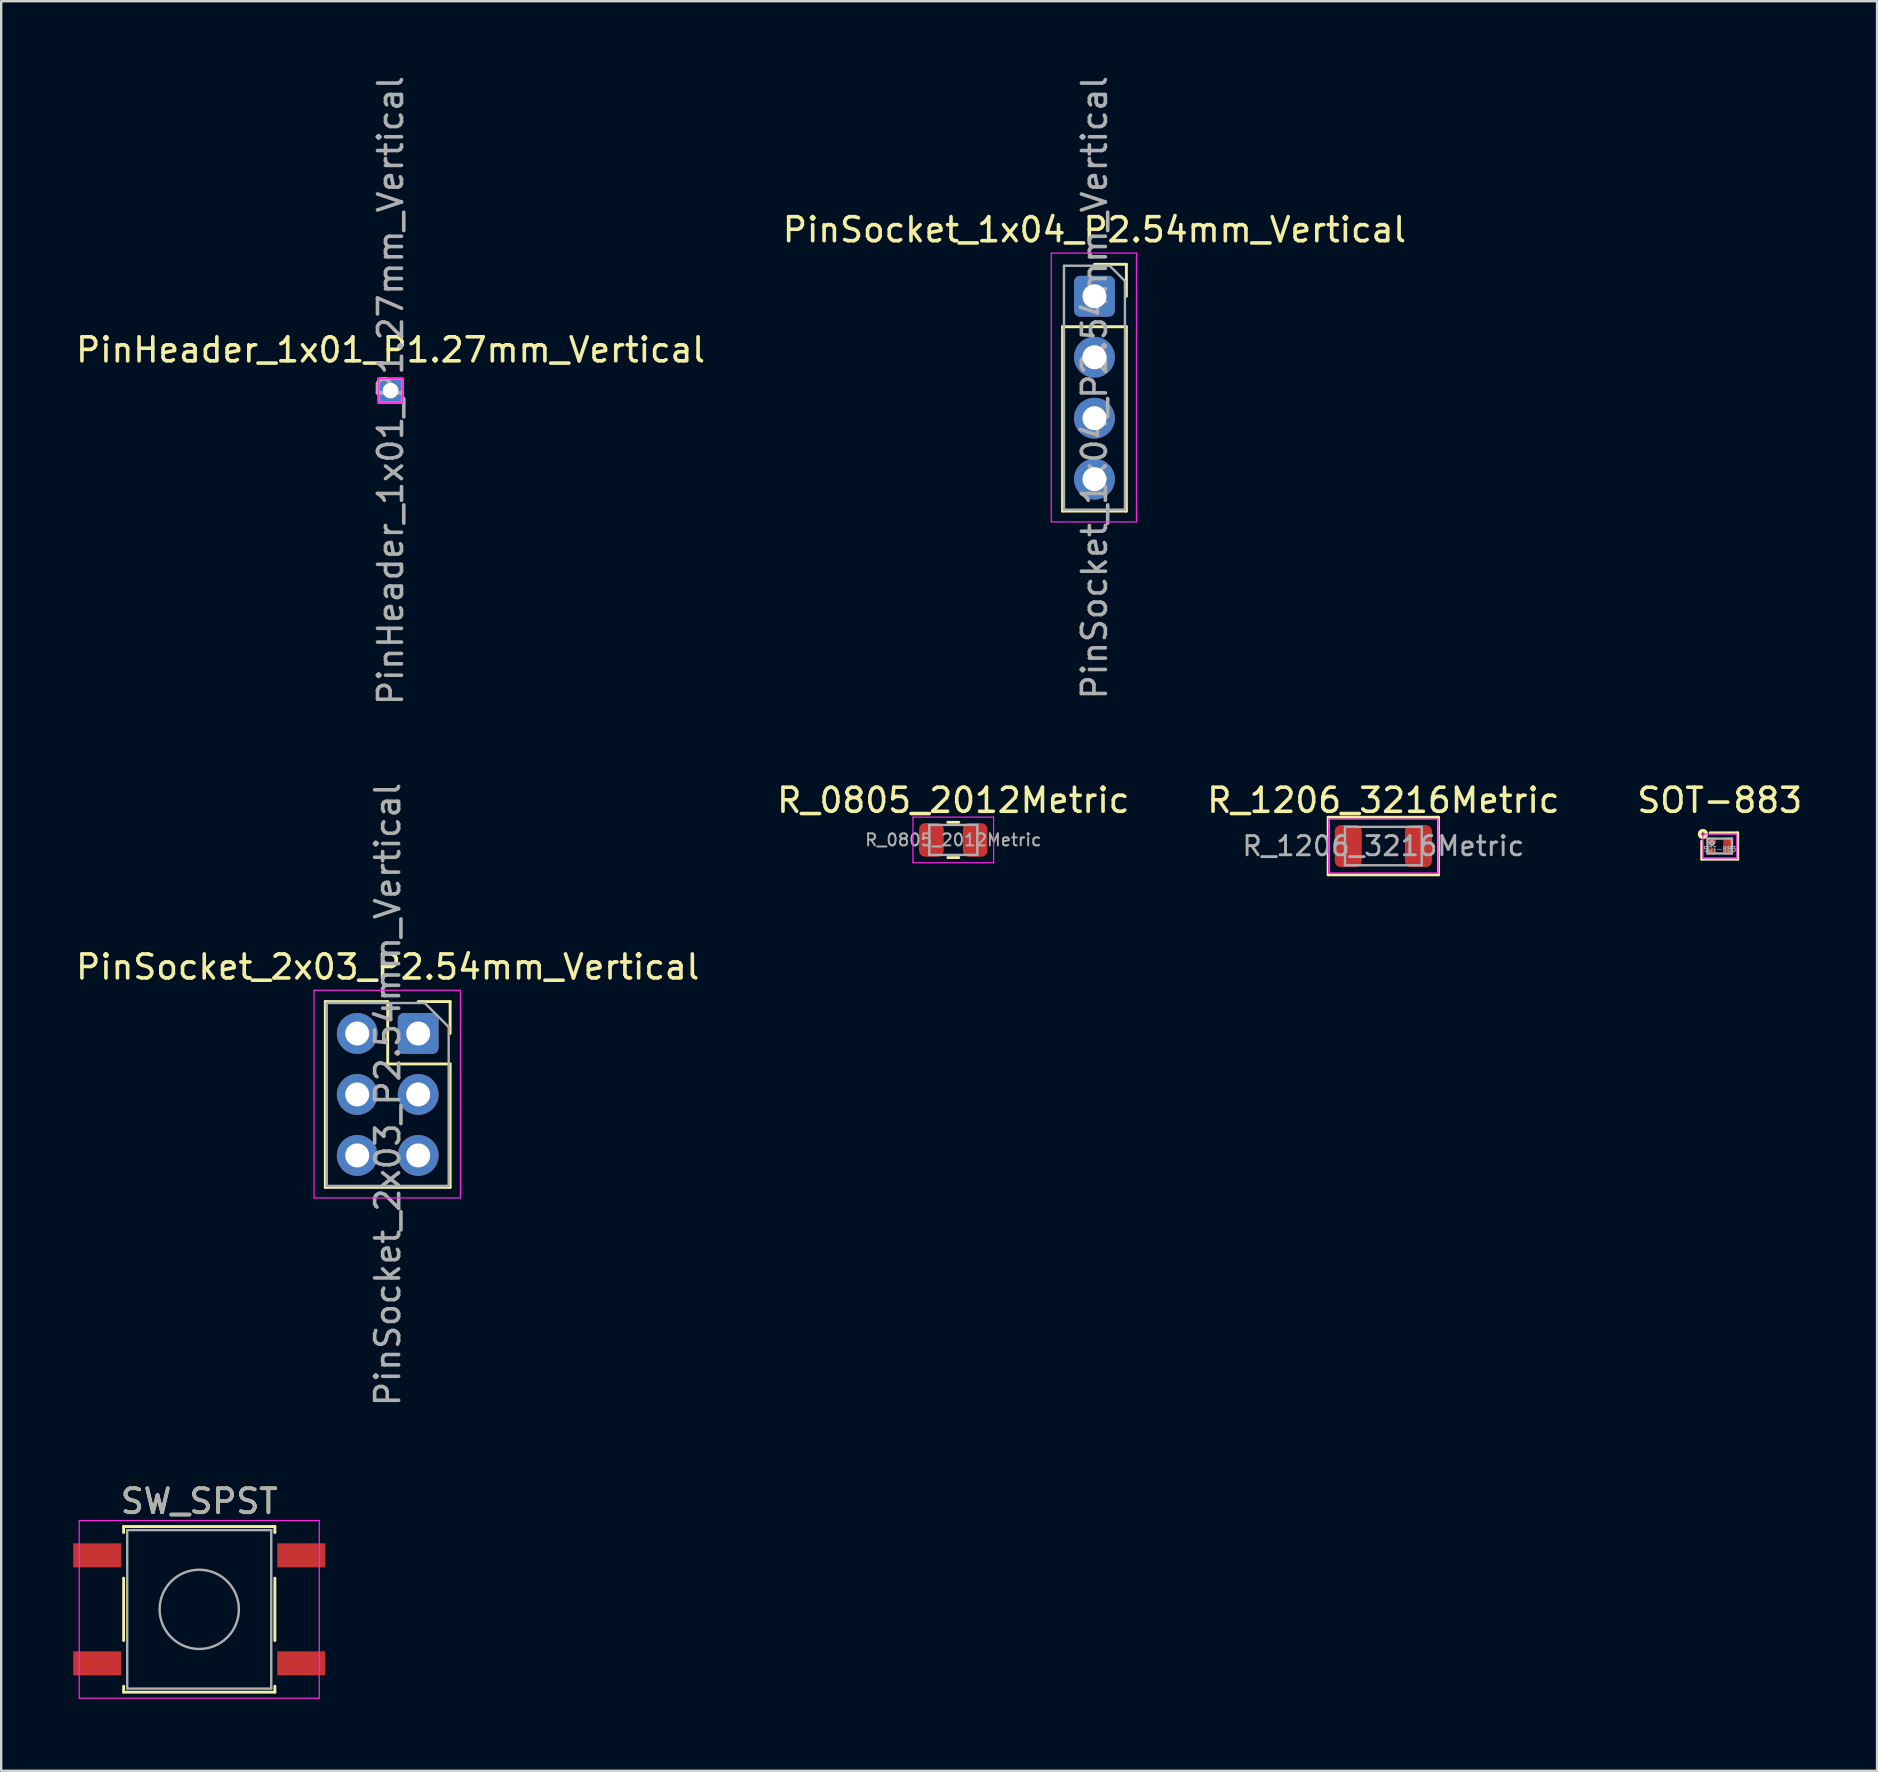
<source format=kicad_pcb>
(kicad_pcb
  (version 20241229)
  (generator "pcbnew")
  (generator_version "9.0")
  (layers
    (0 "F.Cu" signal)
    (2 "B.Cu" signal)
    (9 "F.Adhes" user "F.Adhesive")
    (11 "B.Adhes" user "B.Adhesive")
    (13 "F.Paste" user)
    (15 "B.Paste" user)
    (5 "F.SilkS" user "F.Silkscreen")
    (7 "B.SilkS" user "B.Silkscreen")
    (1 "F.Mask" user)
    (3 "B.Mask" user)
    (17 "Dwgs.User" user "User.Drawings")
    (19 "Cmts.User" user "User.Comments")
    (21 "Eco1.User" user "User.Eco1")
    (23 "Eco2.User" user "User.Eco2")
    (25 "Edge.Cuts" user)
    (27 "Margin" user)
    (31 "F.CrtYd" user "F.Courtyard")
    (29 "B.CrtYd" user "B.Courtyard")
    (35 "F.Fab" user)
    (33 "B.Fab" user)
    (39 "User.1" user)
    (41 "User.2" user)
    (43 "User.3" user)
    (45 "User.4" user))
  (footprint "SOT-883"
    (layer "F.Cu")
    (at 68.589 32.194)
    (property "Reference" "SOT-883" (at 0 -1.905 0) (layer "F.SilkS") (effects (font (size 1 1) (thickness 0.15))))
    (attr smd)
    (fp_line (start -0.75 -0.2) (end -0.75 0.55) (stroke (width 0.12) (type solid)) (layer "F.SilkS"))
    (fp_line (start -0.75 0.55) (end 0.75 0.55) (stroke (width 0.12) (type solid)) (layer "F.SilkS"))
    (fp_line (start 0.75 -0.55) (end -0.4 -0.55) (stroke (width 0.12) (type solid)) (layer "F.SilkS"))
    (fp_line (start 0.75 0.55) (end 0.75 -0.55) (stroke (width 0.12) (type solid)) (layer "F.SilkS"))
    (fp_circle (center -0.7 -0.5) (end -0.636 -0.5) (stroke (width 0.15) (type solid)) (fill no) (layer "F.SilkS"))
    (fp_line (start -0.7 -0.5) (end 0.7 -0.5) (stroke (width 0.05) (type solid)) (layer "F.CrtYd"))
    (fp_line (start -0.7 0.5) (end -0.7 -0.5) (stroke (width 0.05) (type solid)) (layer "F.CrtYd"))
    (fp_line (start 0.7 -0.5) (end 0.7 0.5) (stroke (width 0.05) (type solid)) (layer "F.CrtYd"))
    (fp_line (start 0.7 0.5) (end -0.7 0.5) (stroke (width 0.05) (type solid)) (layer "F.CrtYd"))
    (fp_line (start -0.51 -0.31) (end 0.51 -0.31) (stroke (width 0.1) (type solid)) (layer "F.Fab"))
    (fp_line (start -0.51 0.31) (end -0.51 -0.31) (stroke (width 0.1) (type solid)) (layer "F.Fab"))
    (fp_line (start 0.51 -0.31) (end 0.51 0.31) (stroke (width 0.1) (type solid)) (layer "F.Fab"))
    (fp_line (start 0.51 0.31) (end -0.51 0.31) (stroke (width 0.1) (type solid)) (layer "F.Fab"))
    (fp_circle (center -0.325 -0.125) (end -0.3 -0.125) (stroke (width 0.1) (type solid)) (fill no) (layer "F.Fab"))
    (fp_text user "${REFERENCE}" (at 0 0.125 0) (layer "F.Fab") (effects (font (size 0.2 0.2) (thickness 0.03))))
    (pad "1" smd roundrect (at -0.35 -0.225) (size 0.4 0.25) (layers "F.Cu" "F.Mask" "F.Paste") (roundrect_rratio 0.25))
    (pad "2" smd roundrect (at -0.35 0.225) (size 0.4 0.25) (layers "F.Cu" "F.Mask" "F.Paste") (roundrect_rratio 0.25))
    (pad "3" smd roundrect (at 0.35 0) (size 0.4 0.7) (layers "F.Cu" "F.Mask" "F.Paste") (roundrect_rratio 0.25)))
  (footprint "R_0805_2012Metric"
    (layer "F.Cu")
    (at 36.661 31.939)
    (property "Reference" "R_0805_2012Metric" (at 0 -1.65 0) (layer "F.SilkS") (effects (font (size 1 1) (thickness 0.15))))
    (attr smd)
    (fp_line (start -0.227 -0.735) (end 0.227 -0.735) (stroke (width 0.12) (type solid)) (layer "F.SilkS"))
    (fp_line (start -0.227 0.735) (end 0.227 0.735) (stroke (width 0.12) (type solid)) (layer "F.SilkS"))
    (fp_line (start -1.68 -0.95) (end 1.68 -0.95) (stroke (width 0.05) (type solid)) (layer "F.CrtYd"))
    (fp_line (start -1.68 0.95) (end -1.68 -0.95) (stroke (width 0.05) (type solid)) (layer "F.CrtYd"))
    (fp_line (start 1.68 -0.95) (end 1.68 0.95) (stroke (width 0.05) (type solid)) (layer "F.CrtYd"))
    (fp_line (start 1.68 0.95) (end -1.68 0.95) (stroke (width 0.05) (type solid)) (layer "F.CrtYd"))
    (fp_line (start -1 -0.625) (end 1 -0.625) (stroke (width 0.1) (type solid)) (layer "F.Fab"))
    (fp_line (start -1 0.625) (end -1 -0.625) (stroke (width 0.1) (type solid)) (layer "F.Fab"))
    (fp_line (start 1 -0.625) (end 1 0.625) (stroke (width 0.1) (type solid)) (layer "F.Fab"))
    (fp_line (start 1 0.625) (end -1 0.625) (stroke (width 0.1) (type solid)) (layer "F.Fab"))
    (fp_text user "${REFERENCE}" (at 0 0 0) (layer "F.Fab") (effects (font (size 0.5 0.5) (thickness 0.08))))
    (pad "1" smd roundrect (at -0.912 0) (size 1.025 1.4) (layers "F.Cu" "F.Mask" "F.Paste") (roundrect_rratio 0.244))
    (pad "2" smd roundrect (at 0.912 0) (size 1.025 1.4) (layers "F.Cu" "F.Mask" "F.Paste") (roundrect_rratio 0.244)))
  (footprint "PinSocket_1x04_P2.54mm_Vertical"
    (layer "F.Cu")
    (at 42.542 9.291)
    (property "Reference" "PinSocket_1x04_P2.54mm_Vertical" (at 0 -2.77 0) (layer "F.SilkS") (effects (font (size 1 1) (thickness 0.15))))
    (attr through_hole)
    (fp_line (start -1.33 1.27) (end -1.33 8.95) (stroke (width 0.12) (type solid)) (layer "F.SilkS"))
    (fp_line (start -1.33 1.27) (end 1.33 1.27) (stroke (width 0.12) (type solid)) (layer "F.SilkS"))
    (fp_line (start -1.33 8.95) (end 1.33 8.95) (stroke (width 0.12) (type solid)) (layer "F.SilkS"))
    (fp_line (start 0 -1.33) (end 1.33 -1.33) (stroke (width 0.12) (type solid)) (layer "F.SilkS"))
    (fp_line (start 1.33 -1.33) (end 1.33 0) (stroke (width 0.12) (type solid)) (layer "F.SilkS"))
    (fp_line (start 1.33 1.27) (end 1.33 8.95) (stroke (width 0.12) (type solid)) (layer "F.SilkS"))
    (fp_line (start -1.8 -1.8) (end 1.75 -1.8) (stroke (width 0.05) (type solid)) (layer "F.CrtYd"))
    (fp_line (start -1.8 9.4) (end -1.8 -1.8) (stroke (width 0.05) (type solid)) (layer "F.CrtYd"))
    (fp_line (start 1.75 -1.8) (end 1.75 9.4) (stroke (width 0.05) (type solid)) (layer "F.CrtYd"))
    (fp_line (start 1.75 9.4) (end -1.8 9.4) (stroke (width 0.05) (type solid)) (layer "F.CrtYd"))
    (fp_line (start -1.27 -1.27) (end 0.635 -1.27) (stroke (width 0.1) (type solid)) (layer "F.Fab"))
    (fp_line (start -1.27 8.89) (end -1.27 -1.27) (stroke (width 0.1) (type solid)) (layer "F.Fab"))
    (fp_line (start 0.635 -1.27) (end 1.27 -0.635) (stroke (width 0.1) (type solid)) (layer "F.Fab"))
    (fp_line (start 1.27 -0.635) (end 1.27 8.89) (stroke (width 0.1) (type solid)) (layer "F.Fab"))
    (fp_line (start 1.27 8.89) (end -1.27 8.89) (stroke (width 0.1) (type solid)) (layer "F.Fab"))
    (fp_text user "${REFERENCE}" (at 0 3.81 90) (layer "F.Fab") (effects (font (size 1 1) (thickness 0.15))))
    (pad "1" thru_hole roundrect (at 0 0) (size 1.7 1.7) (drill 1) (layers "*.Cu" "*.Mask") (roundrect_rratio 0.147))
    (pad "2" thru_hole oval (at 0 2.54) (size 1.7 1.7) (drill 1) (layers "*.Cu" "*.Mask"))
    (pad "3" thru_hole oval (at 0 5.08) (size 1.7 1.7) (drill 1) (layers "*.Cu" "*.Mask"))
    (pad "4" thru_hole oval (at 0 7.62) (size 1.7 1.7) (drill 1) (layers "*.Cu" "*.Mask")))
  (footprint "SW_SPST"
    (layer "F.Cu")
    (at 5.25 63.991)
    (property "Reference" "SW_SPST" (at 0 -4.5 0) (layer "F.SilkS") (effects (font (size 1 1) (thickness 0.15))))
    (attr smd)
    (fp_line (start -3.15 -3.45) (end 3.15 -3.45) (stroke (width 0.12) (type solid)) (layer "F.SilkS"))
    (fp_line (start -3.15 -3.2) (end -3.15 -3.45) (stroke (width 0.12) (type solid)) (layer "F.SilkS"))
    (fp_line (start -3.15 1.3) (end -3.15 -1.3) (stroke (width 0.12) (type solid)) (layer "F.SilkS"))
    (fp_line (start -3.15 3.45) (end -3.15 3.2) (stroke (width 0.12) (type solid)) (layer "F.SilkS"))
    (fp_line (start 3.15 -3.45) (end 3.15 -3.2) (stroke (width 0.12) (type solid)) (layer "F.SilkS"))
    (fp_line (start 3.15 -1.3) (end 3.15 1.3) (stroke (width 0.12) (type solid)) (layer "F.SilkS"))
    (fp_line (start 3.15 3.2) (end 3.15 3.45) (stroke (width 0.12) (type solid)) (layer "F.SilkS"))
    (fp_line (start 3.15 3.45) (end -3.15 3.45) (stroke (width 0.12) (type solid)) (layer "F.SilkS"))
    (fp_line (start -5 -3.7) (end -5 3.7) (stroke (width 0.05) (type solid)) (layer "F.CrtYd"))
    (fp_line (start -5 3.7) (end 5 3.7) (stroke (width 0.05) (type solid)) (layer "F.CrtYd"))
    (fp_line (start 5 -3.7) (end -5 -3.7) (stroke (width 0.05) (type solid)) (layer "F.CrtYd"))
    (fp_line (start 5 3.7) (end 5 -3.7) (stroke (width 0.05) (type solid)) (layer "F.CrtYd"))
    (fp_line (start -3 -3.3) (end 3 -3.3) (stroke (width 0.1) (type solid)) (layer "F.Fab"))
    (fp_line (start -3 3.3) (end -3 -3.3) (stroke (width 0.1) (type solid)) (layer "F.Fab"))
    (fp_line (start 3 -3.3) (end 3 3.3) (stroke (width 0.1) (type solid)) (layer "F.Fab"))
    (fp_line (start 3 3.3) (end -3 3.3) (stroke (width 0.1) (type solid)) (layer "F.Fab"))
    (fp_circle (center 0 0) (end 1.65 0) (stroke (width 0.1) (type solid)) (fill no) (layer "F.Fab"))
    (fp_text user "${REFERENCE}" (at 0 -4.5 0) (layer "F.Fab") (effects (font (size 1 1) (thickness 0.15))))
    (pad "1" smd rect (at -4.25 -2.25) (size 2 1) (layers "F.Cu" "F.Mask" "F.Paste"))
    (pad "1" smd rect (at 4.25 -2.25) (size 2 1) (layers "F.Cu" "F.Mask" "F.Paste"))
    (pad "2" smd rect (at -4.25 2.25) (size 2 1) (layers "F.Cu" "F.Mask" "F.Paste"))
    (pad "2" smd rect (at 4.25 2.25) (size 2 1) (layers "F.Cu" "F.Mask" "F.Paste")))
  (footprint "R_1206_3216Metric"
    (layer "F.Cu")
    (at 54.577 32.194)
    (property "Reference" "R_1206_3216Metric" (at 0 -1.905 0) (layer "F.SilkS") (effects (font (size 1 1) (thickness 0.15))))
    (attr smd)
    (fp_line (start -2.3 -1.2) (end -2.3 1.2) (stroke (width 0.12) (type solid)) (layer "F.SilkS"))
    (fp_line (start -2.3 1.2) (end 2.3 1.2) (stroke (width 0.12) (type solid)) (layer "F.SilkS"))
    (fp_line (start 2.3 -1.2) (end -2.3 -1.2) (stroke (width 0.12) (type solid)) (layer "F.SilkS"))
    (fp_line (start 2.3 1.2) (end 2.3 -1.2) (stroke (width 0.12) (type solid)) (layer "F.SilkS"))
    (fp_line (start -2.28 -1.12) (end 2.28 -1.12) (stroke (width 0.05) (type solid)) (layer "F.CrtYd"))
    (fp_line (start -2.28 1.12) (end -2.28 -1.12) (stroke (width 0.05) (type solid)) (layer "F.CrtYd"))
    (fp_line (start 2.28 -1.12) (end 2.28 1.12) (stroke (width 0.05) (type solid)) (layer "F.CrtYd"))
    (fp_line (start 2.28 1.12) (end -2.28 1.12) (stroke (width 0.05) (type solid)) (layer "F.CrtYd"))
    (fp_line (start -1.6 -0.8) (end 1.6 -0.8) (stroke (width 0.1) (type solid)) (layer "F.Fab"))
    (fp_line (start -1.6 0.8) (end -1.6 -0.8) (stroke (width 0.1) (type solid)) (layer "F.Fab"))
    (fp_line (start 1.6 -0.8) (end 1.6 0.8) (stroke (width 0.1) (type solid)) (layer "F.Fab"))
    (fp_line (start 1.6 0.8) (end -1.6 0.8) (stroke (width 0.1) (type solid)) (layer "F.Fab"))
    (fp_text user "${REFERENCE}" (at 0 0 0) (layer "F.Fab") (effects (font (size 0.8 0.8) (thickness 0.12))))
    (pad "1" smd roundrect (at -1.462 0) (size 1.125 1.75) (layers "F.Cu" "F.Mask" "F.Paste") (roundrect_rratio 0.222))
    (pad "2" smd roundrect (at 1.462 0) (size 1.125 1.75) (layers "F.Cu" "F.Mask" "F.Paste") (roundrect_rratio 0.222)))
  (footprint "PinHeader_1x01_P1.27mm_Vertical"
    (layer "F.Cu")
    (at 13.22 13.22)
    (property "Reference" "PinHeader_1x01_P1.27mm_Vertical" (at 0 -1.695 0) (layer "F.SilkS") (effects (font (size 1 1) (thickness 0.15))))
    (attr through_hole)
    (fp_line (start -0.5 -0.5) (end -0.5 0.5) (stroke (width 0.05) (type solid)) (layer "F.CrtYd"))
    (fp_line (start -0.5 0.5) (end 0.5 0.5) (stroke (width 0.05) (type solid)) (layer "F.CrtYd"))
    (fp_line (start 0.5 -0.5) (end -0.5 -0.5) (stroke (width 0.05) (type solid)) (layer "F.CrtYd"))
    (fp_line (start 0.5 0.5) (end 0.5 -0.5) (stroke (width 0.05) (type solid)) (layer "F.CrtYd"))
    (fp_rect (start -0.5 -0.5) (end 0.5 0.5) (stroke (width 0.1) (type default)) (fill no) (layer "F.Fab"))
    (fp_text user "${REFERENCE}" (at 0 0 90) (layer "F.Fab") (effects (font (size 1 1) (thickness 0.15))))
    (pad "1" thru_hole rect (at 0 0) (size 1 1) (drill 0.65) (layers "*.Cu" "*.Mask")))
  (footprint "PinSocket_2x03_P2.54mm_Vertical"
    (layer "F.Cu")
    (at 14.371 40.002)
    (property "Reference" "PinSocket_2x03_P2.54mm_Vertical" (at -1.27 -2.77 0) (layer "F.SilkS") (effects (font (size 1 1) (thickness 0.15))))
    (attr through_hole)
    (fp_line (start -3.87 -1.33) (end -3.87 6.41) (stroke (width 0.12) (type solid)) (layer "F.SilkS"))
    (fp_line (start -3.87 -1.33) (end -1.27 -1.33) (stroke (width 0.12) (type solid)) (layer "F.SilkS"))
    (fp_line (start -3.87 6.41) (end 1.33 6.41) (stroke (width 0.12) (type solid)) (layer "F.SilkS"))
    (fp_line (start -1.27 -1.33) (end -1.27 1.27) (stroke (width 0.12) (type solid)) (layer "F.SilkS"))
    (fp_line (start -1.27 1.27) (end 1.33 1.27) (stroke (width 0.12) (type solid)) (layer "F.SilkS"))
    (fp_line (start 0 -1.33) (end 1.33 -1.33) (stroke (width 0.12) (type solid)) (layer "F.SilkS"))
    (fp_line (start 1.33 -1.33) (end 1.33 0) (stroke (width 0.12) (type solid)) (layer "F.SilkS"))
    (fp_line (start 1.33 1.27) (end 1.33 6.41) (stroke (width 0.12) (type solid)) (layer "F.SilkS"))
    (fp_line (start -4.34 -1.8) (end 1.76 -1.8) (stroke (width 0.05) (type solid)) (layer "F.CrtYd"))
    (fp_line (start -4.34 6.85) (end -4.34 -1.8) (stroke (width 0.05) (type solid)) (layer "F.CrtYd"))
    (fp_line (start 1.76 -1.8) (end 1.76 6.85) (stroke (width 0.05) (type solid)) (layer "F.CrtYd"))
    (fp_line (start 1.76 6.85) (end -4.34 6.85) (stroke (width 0.05) (type solid)) (layer "F.CrtYd"))
    (fp_line (start -3.81 -1.27) (end 0.27 -1.27) (stroke (width 0.1) (type solid)) (layer "F.Fab"))
    (fp_line (start -3.81 6.35) (end -3.81 -1.27) (stroke (width 0.1) (type solid)) (layer "F.Fab"))
    (fp_line (start 0.27 -1.27) (end 1.27 -0.27) (stroke (width 0.1) (type solid)) (layer "F.Fab"))
    (fp_line (start 1.27 -0.27) (end 1.27 6.35) (stroke (width 0.1) (type solid)) (layer "F.Fab"))
    (fp_line (start 1.27 6.35) (end -3.81 6.35) (stroke (width 0.1) (type solid)) (layer "F.Fab"))
    (fp_text user "${REFERENCE}" (at -1.27 2.54 90) (layer "F.Fab") (effects (font (size 1 1) (thickness 0.15))))
    (pad "1" thru_hole roundrect (at 0 0) (size 1.7 1.7) (drill 1) (layers "*.Cu" "*.Mask") (roundrect_rratio 0.147))
    (pad "2" thru_hole oval (at -2.54 0) (size 1.7 1.7) (drill 1) (layers "*.Cu" "*.Mask"))
    (pad "3" thru_hole oval (at 0 2.54) (size 1.7 1.7) (drill 1) (layers "*.Cu" "*.Mask"))
    (pad "4" thru_hole oval (at -2.54 2.54) (size 1.7 1.7) (drill 1) (layers "*.Cu" "*.Mask"))
    (pad "5" thru_hole oval (at 0 5.08) (size 1.7 1.7) (drill 1) (layers "*.Cu" "*.Mask"))
    (pad "6" thru_hole oval (at -2.54 5.08) (size 1.7 1.7) (drill 1) (layers "*.Cu" "*.Mask")))
  (gr_rect
    (start -3 -3)
    (end 75.143 70.716)
    (stroke (width 0.1) (type default))
    (fill no)
    (layer "Edge.Cuts")))
</source>
